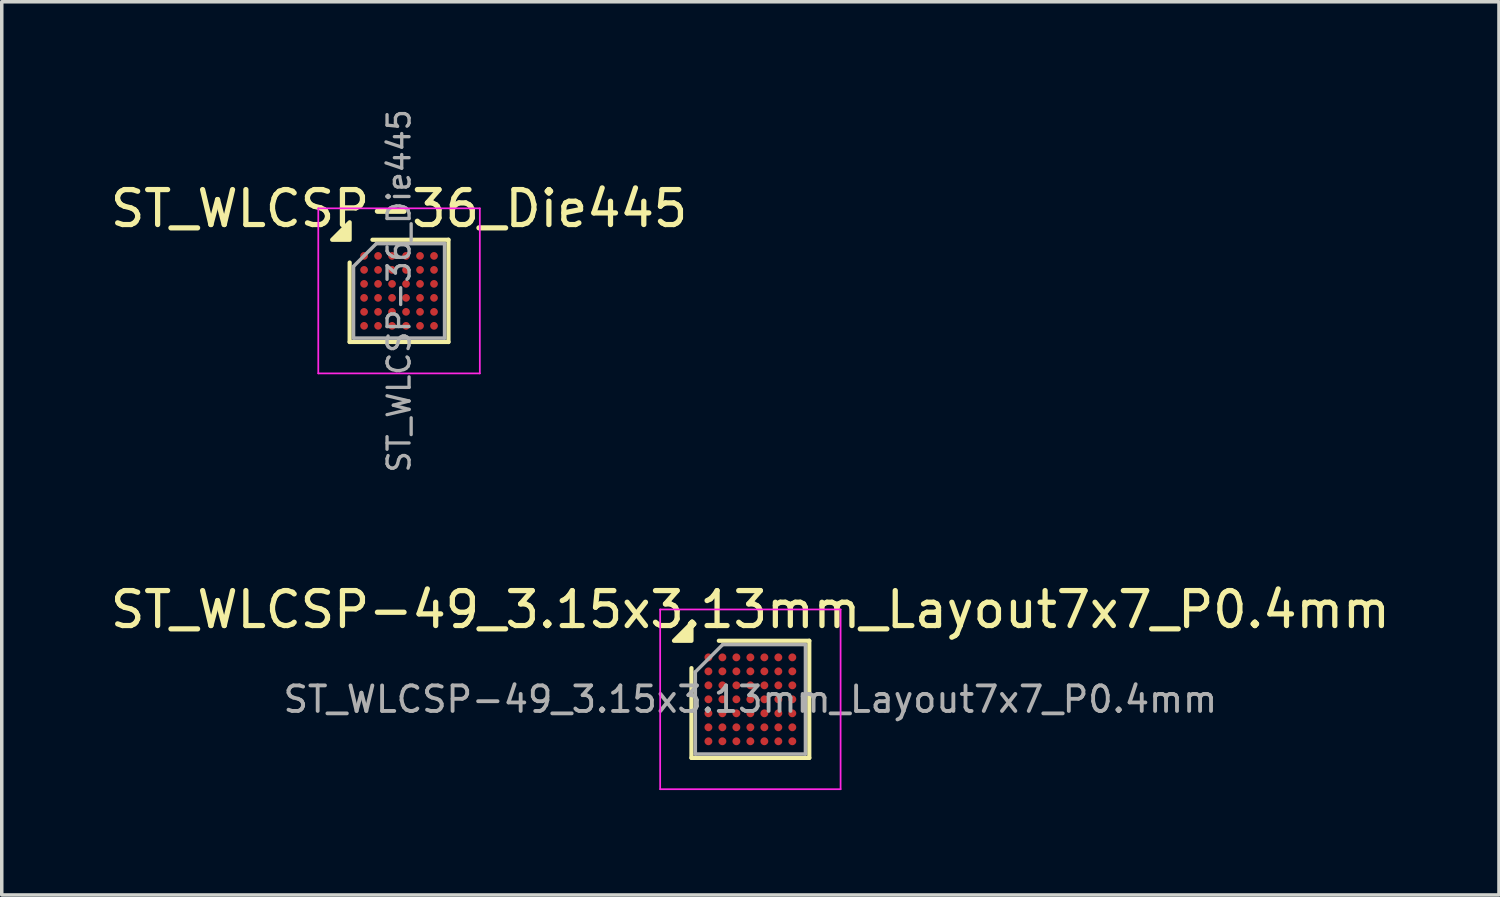
<source format=kicad_pcb>
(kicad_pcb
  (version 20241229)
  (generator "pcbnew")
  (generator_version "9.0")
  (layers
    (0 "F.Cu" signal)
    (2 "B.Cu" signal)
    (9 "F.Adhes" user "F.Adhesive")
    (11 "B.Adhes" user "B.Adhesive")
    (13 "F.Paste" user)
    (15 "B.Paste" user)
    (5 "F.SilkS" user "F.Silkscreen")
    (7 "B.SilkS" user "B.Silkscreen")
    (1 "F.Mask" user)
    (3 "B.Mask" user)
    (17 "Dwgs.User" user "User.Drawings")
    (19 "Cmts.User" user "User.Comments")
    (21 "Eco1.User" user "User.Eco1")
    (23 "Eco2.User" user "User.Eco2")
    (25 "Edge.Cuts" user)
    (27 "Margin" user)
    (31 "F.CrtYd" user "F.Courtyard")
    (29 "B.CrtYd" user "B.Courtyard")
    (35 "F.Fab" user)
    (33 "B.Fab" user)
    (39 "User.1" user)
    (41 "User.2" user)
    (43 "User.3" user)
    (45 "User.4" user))
  (footprint "ST_WLCSP-49_3.15x3.13mm_Layout7x7_P0.4mm"
    (layer "F.Cu")
    (at 18.411 16.951)
    (property "Reference" "ST_WLCSP-49_3.15x3.13mm_Layout7x7_P0.4mm" (at 0 -2.565 0) (layer "F.SilkS") (effects (font (size 1 1) (thickness 0.15))))
    (attr smd)
    (fp_line (start -1.685 1.675) (end -1.685 -0.892) (stroke (width 0.12) (type solid)) (layer "F.SilkS"))
    (fp_line (start -0.902 -1.675) (end 1.685 -1.675) (stroke (width 0.12) (type solid)) (layer "F.SilkS"))
    (fp_line (start 1.685 -1.675) (end 1.685 1.675) (stroke (width 0.12) (type solid)) (layer "F.SilkS"))
    (fp_line (start 1.685 1.675) (end -1.685 1.675) (stroke (width 0.12) (type solid)) (layer "F.SilkS"))
    (fp_poly (pts (xy -1.685 -1.675) (xy -2.185 -1.675) (xy -1.685 -2.175) (xy -1.685 -1.675)) (stroke (width 0.12) (type solid)) (fill yes) (layer "F.SilkS"))
    (fp_line (start -2.58 -2.57) (end -2.58 2.57) (stroke (width 0.05) (type solid)) (layer "F.CrtYd"))
    (fp_line (start -2.58 2.57) (end 2.58 2.57) (stroke (width 0.05) (type solid)) (layer "F.CrtYd"))
    (fp_line (start 2.58 -2.57) (end -2.58 -2.57) (stroke (width 0.05) (type solid)) (layer "F.CrtYd"))
    (fp_line (start 2.58 2.57) (end 2.58 -2.57) (stroke (width 0.05) (type solid)) (layer "F.CrtYd"))
    (fp_line (start -1.575 -0.782) (end -0.792 -1.565) (stroke (width 0.1) (type solid)) (layer "F.Fab"))
    (fp_line (start -1.575 1.565) (end -1.575 -0.782) (stroke (width 0.1) (type solid)) (layer "F.Fab"))
    (fp_line (start -0.792 -1.565) (end 1.575 -1.565) (stroke (width 0.1) (type solid)) (layer "F.Fab"))
    (fp_line (start 1.575 -1.565) (end 1.575 1.565) (stroke (width 0.1) (type solid)) (layer "F.Fab"))
    (fp_line (start 1.575 1.565) (end -1.575 1.565) (stroke (width 0.1) (type solid)) (layer "F.Fab"))
    (fp_text user "${REFERENCE}" (at 0 0 0) (layer "F.Fab") (effects (font (size 0.73 0.73) (thickness 0.11))))
    (pad "A1" smd circle (at -1.2 -1.2) (size 0.225 0.225) (property pad_prop_bga) (layers "F.Cu" "F.Mask" "F.Paste"))
    (pad "A2" smd circle (at -0.8 -1.2) (size 0.225 0.225) (property pad_prop_bga) (layers "F.Cu" "F.Mask" "F.Paste"))
    (pad "A3" smd circle (at -0.4 -1.2) (size 0.225 0.225) (property pad_prop_bga) (layers "F.Cu" "F.Mask" "F.Paste"))
    (pad "A4" smd circle (at 0 -1.2) (size 0.225 0.225) (property pad_prop_bga) (layers "F.Cu" "F.Mask" "F.Paste"))
    (pad "A5" smd circle (at 0.4 -1.2) (size 0.225 0.225) (property pad_prop_bga) (layers "F.Cu" "F.Mask" "F.Paste"))
    (pad "A6" smd circle (at 0.8 -1.2) (size 0.225 0.225) (property pad_prop_bga) (layers "F.Cu" "F.Mask" "F.Paste"))
    (pad "A7" smd circle (at 1.2 -1.2) (size 0.225 0.225) (property pad_prop_bga) (layers "F.Cu" "F.Mask" "F.Paste"))
    (pad "B1" smd circle (at -1.2 -0.8) (size 0.225 0.225) (property pad_prop_bga) (layers "F.Cu" "F.Mask" "F.Paste"))
    (pad "B2" smd circle (at -0.8 -0.8) (size 0.225 0.225) (property pad_prop_bga) (layers "F.Cu" "F.Mask" "F.Paste"))
    (pad "B3" smd circle (at -0.4 -0.8) (size 0.225 0.225) (property pad_prop_bga) (layers "F.Cu" "F.Mask" "F.Paste"))
    (pad "B4" smd circle (at 0 -0.8) (size 0.225 0.225) (property pad_prop_bga) (layers "F.Cu" "F.Mask" "F.Paste"))
    (pad "B5" smd circle (at 0.4 -0.8) (size 0.225 0.225) (property pad_prop_bga) (layers "F.Cu" "F.Mask" "F.Paste"))
    (pad "B6" smd circle (at 0.8 -0.8) (size 0.225 0.225) (property pad_prop_bga) (layers "F.Cu" "F.Mask" "F.Paste"))
    (pad "B7" smd circle (at 1.2 -0.8) (size 0.225 0.225) (property pad_prop_bga) (layers "F.Cu" "F.Mask" "F.Paste"))
    (pad "C1" smd circle (at -1.2 -0.4) (size 0.225 0.225) (property pad_prop_bga) (layers "F.Cu" "F.Mask" "F.Paste"))
    (pad "C2" smd circle (at -0.8 -0.4) (size 0.225 0.225) (property pad_prop_bga) (layers "F.Cu" "F.Mask" "F.Paste"))
    (pad "C3" smd circle (at -0.4 -0.4) (size 0.225 0.225) (property pad_prop_bga) (layers "F.Cu" "F.Mask" "F.Paste"))
    (pad "C4" smd circle (at 0 -0.4) (size 0.225 0.225) (property pad_prop_bga) (layers "F.Cu" "F.Mask" "F.Paste"))
    (pad "C5" smd circle (at 0.4 -0.4) (size 0.225 0.225) (property pad_prop_bga) (layers "F.Cu" "F.Mask" "F.Paste"))
    (pad "C6" smd circle (at 0.8 -0.4) (size 0.225 0.225) (property pad_prop_bga) (layers "F.Cu" "F.Mask" "F.Paste"))
    (pad "C7" smd circle (at 1.2 -0.4) (size 0.225 0.225) (property pad_prop_bga) (layers "F.Cu" "F.Mask" "F.Paste"))
    (pad "D1" smd circle (at -1.2 0) (size 0.225 0.225) (property pad_prop_bga) (layers "F.Cu" "F.Mask" "F.Paste"))
    (pad "D2" smd circle (at -0.8 0) (size 0.225 0.225) (property pad_prop_bga) (layers "F.Cu" "F.Mask" "F.Paste"))
    (pad "D3" smd circle (at -0.4 0) (size 0.225 0.225) (property pad_prop_bga) (layers "F.Cu" "F.Mask" "F.Paste"))
    (pad "D4" smd circle (at 0 0) (size 0.225 0.225) (property pad_prop_bga) (layers "F.Cu" "F.Mask" "F.Paste"))
    (pad "D5" smd circle (at 0.4 0) (size 0.225 0.225) (property pad_prop_bga) (layers "F.Cu" "F.Mask" "F.Paste"))
    (pad "D6" smd circle (at 0.8 0) (size 0.225 0.225) (property pad_prop_bga) (layers "F.Cu" "F.Mask" "F.Paste"))
    (pad "D7" smd circle (at 1.2 0) (size 0.225 0.225) (property pad_prop_bga) (layers "F.Cu" "F.Mask" "F.Paste"))
    (pad "E1" smd circle (at -1.2 0.4) (size 0.225 0.225) (property pad_prop_bga) (layers "F.Cu" "F.Mask" "F.Paste"))
    (pad "E2" smd circle (at -0.8 0.4) (size 0.225 0.225) (property pad_prop_bga) (layers "F.Cu" "F.Mask" "F.Paste"))
    (pad "E3" smd circle (at -0.4 0.4) (size 0.225 0.225) (property pad_prop_bga) (layers "F.Cu" "F.Mask" "F.Paste"))
    (pad "E4" smd circle (at 0 0.4) (size 0.225 0.225) (property pad_prop_bga) (layers "F.Cu" "F.Mask" "F.Paste"))
    (pad "E5" smd circle (at 0.4 0.4) (size 0.225 0.225) (property pad_prop_bga) (layers "F.Cu" "F.Mask" "F.Paste"))
    (pad "E6" smd circle (at 0.8 0.4) (size 0.225 0.225) (property pad_prop_bga) (layers "F.Cu" "F.Mask" "F.Paste"))
    (pad "E7" smd circle (at 1.2 0.4) (size 0.225 0.225) (property pad_prop_bga) (layers "F.Cu" "F.Mask" "F.Paste"))
    (pad "F1" smd circle (at -1.2 0.8) (size 0.225 0.225) (property pad_prop_bga) (layers "F.Cu" "F.Mask" "F.Paste"))
    (pad "F2" smd circle (at -0.8 0.8) (size 0.225 0.225) (property pad_prop_bga) (layers "F.Cu" "F.Mask" "F.Paste"))
    (pad "F3" smd circle (at -0.4 0.8) (size 0.225 0.225) (property pad_prop_bga) (layers "F.Cu" "F.Mask" "F.Paste"))
    (pad "F4" smd circle (at 0 0.8) (size 0.225 0.225) (property pad_prop_bga) (layers "F.Cu" "F.Mask" "F.Paste"))
    (pad "F5" smd circle (at 0.4 0.8) (size 0.225 0.225) (property pad_prop_bga) (layers "F.Cu" "F.Mask" "F.Paste"))
    (pad "F6" smd circle (at 0.8 0.8) (size 0.225 0.225) (property pad_prop_bga) (layers "F.Cu" "F.Mask" "F.Paste"))
    (pad "F7" smd circle (at 1.2 0.8) (size 0.225 0.225) (property pad_prop_bga) (layers "F.Cu" "F.Mask" "F.Paste"))
    (pad "G1" smd circle (at -1.2 1.2) (size 0.225 0.225) (property pad_prop_bga) (layers "F.Cu" "F.Mask" "F.Paste"))
    (pad "G2" smd circle (at -0.8 1.2) (size 0.225 0.225) (property pad_prop_bga) (layers "F.Cu" "F.Mask" "F.Paste"))
    (pad "G3" smd circle (at -0.4 1.2) (size 0.225 0.225) (property pad_prop_bga) (layers "F.Cu" "F.Mask" "F.Paste"))
    (pad "G4" smd circle (at 0 1.2) (size 0.225 0.225) (property pad_prop_bga) (layers "F.Cu" "F.Mask" "F.Paste"))
    (pad "G5" smd circle (at 0.4 1.2) (size 0.225 0.225) (property pad_prop_bga) (layers "F.Cu" "F.Mask" "F.Paste"))
    (pad "G6" smd circle (at 0.8 1.2) (size 0.225 0.225) (property pad_prop_bga) (layers "F.Cu" "F.Mask" "F.Paste"))
    (pad "G7" smd circle (at 1.2 1.2) (size 0.225 0.225) (property pad_prop_bga) (layers "F.Cu" "F.Mask" "F.Paste")))
  (footprint "ST_WLCSP-36_Die445"
    (layer "F.Cu")
    (at 8.363 5.269)
    (property "Reference" "ST_WLCSP-36_Die445" (at 0 -2.352 0) (layer "F.SilkS") (effects (font (size 1 1) (thickness 0.15))))
    (attr smd)
    (fp_line (start -1.413 1.462) (end -1.413 -0.81) (stroke (width 0.12) (type solid)) (layer "F.SilkS"))
    (fp_line (start -0.761 -1.462) (end 1.413 -1.462) (stroke (width 0.12) (type solid)) (layer "F.SilkS"))
    (fp_line (start 1.413 -1.462) (end 1.413 1.462) (stroke (width 0.12) (type solid)) (layer "F.SilkS"))
    (fp_line (start 1.413 1.462) (end -1.413 1.462) (stroke (width 0.12) (type solid)) (layer "F.SilkS"))
    (fp_poly (pts (xy -1.413 -1.462) (xy -1.913 -1.462) (xy -1.413 -1.962) (xy -1.413 -1.462)) (stroke (width 0.12) (type solid)) (fill yes) (layer "F.SilkS"))
    (fp_line (start -2.31 -2.36) (end -2.31 2.36) (stroke (width 0.05) (type solid)) (layer "F.CrtYd"))
    (fp_line (start -2.31 2.36) (end 2.31 2.36) (stroke (width 0.05) (type solid)) (layer "F.CrtYd"))
    (fp_line (start 2.31 -2.36) (end -2.31 -2.36) (stroke (width 0.05) (type solid)) (layer "F.CrtYd"))
    (fp_line (start 2.31 2.36) (end 2.31 -2.36) (stroke (width 0.05) (type solid)) (layer "F.CrtYd"))
    (fp_line (start -1.302 -0.7) (end -0.651 -1.351) (stroke (width 0.1) (type solid)) (layer "F.Fab"))
    (fp_line (start -1.302 1.351) (end -1.302 -0.7) (stroke (width 0.1) (type solid)) (layer "F.Fab"))
    (fp_line (start -0.651 -1.351) (end 1.302 -1.351) (stroke (width 0.1) (type solid)) (layer "F.Fab"))
    (fp_line (start 1.302 -1.351) (end 1.302 1.351) (stroke (width 0.1) (type solid)) (layer "F.Fab"))
    (fp_line (start 1.302 1.351) (end -1.302 1.351) (stroke (width 0.1) (type solid)) (layer "F.Fab"))
    (fp_text user "${REFERENCE}" (at 0 0 270) (layer "F.Fab") (effects (font (size 0.63 0.63) (thickness 0.095))))
    (pad "A1" smd circle (at -1 -1) (size 0.22 0.22) (property pad_prop_bga) (layers "F.Cu" "F.Mask" "F.Paste"))
    (pad "A2" smd circle (at -0.6 -1) (size 0.22 0.22) (property pad_prop_bga) (layers "F.Cu" "F.Mask" "F.Paste"))
    (pad "A3" smd circle (at -0.2 -1) (size 0.22 0.22) (property pad_prop_bga) (layers "F.Cu" "F.Mask" "F.Paste"))
    (pad "A4" smd circle (at 0.2 -1) (size 0.22 0.22) (property pad_prop_bga) (layers "F.Cu" "F.Mask" "F.Paste"))
    (pad "A5" smd circle (at 0.6 -1) (size 0.22 0.22) (property pad_prop_bga) (layers "F.Cu" "F.Mask" "F.Paste"))
    (pad "A6" smd circle (at 1 -1) (size 0.22 0.22) (property pad_prop_bga) (layers "F.Cu" "F.Mask" "F.Paste"))
    (pad "B1" smd circle (at -1 -0.6) (size 0.22 0.22) (property pad_prop_bga) (layers "F.Cu" "F.Mask" "F.Paste"))
    (pad "B2" smd circle (at -0.6 -0.6) (size 0.22 0.22) (property pad_prop_bga) (layers "F.Cu" "F.Mask" "F.Paste"))
    (pad "B3" smd circle (at -0.2 -0.6) (size 0.22 0.22) (property pad_prop_bga) (layers "F.Cu" "F.Mask" "F.Paste"))
    (pad "B4" smd circle (at 0.2 -0.6) (size 0.22 0.22) (property pad_prop_bga) (layers "F.Cu" "F.Mask" "F.Paste"))
    (pad "B5" smd circle (at 0.6 -0.6) (size 0.22 0.22) (property pad_prop_bga) (layers "F.Cu" "F.Mask" "F.Paste"))
    (pad "B6" smd circle (at 1 -0.6) (size 0.22 0.22) (property pad_prop_bga) (layers "F.Cu" "F.Mask" "F.Paste"))
    (pad "C1" smd circle (at -1 -0.2) (size 0.22 0.22) (property pad_prop_bga) (layers "F.Cu" "F.Mask" "F.Paste"))
    (pad "C2" smd circle (at -0.6 -0.2) (size 0.22 0.22) (property pad_prop_bga) (layers "F.Cu" "F.Mask" "F.Paste"))
    (pad "C3" smd circle (at -0.2 -0.2) (size 0.22 0.22) (property pad_prop_bga) (layers "F.Cu" "F.Mask" "F.Paste"))
    (pad "C4" smd circle (at 0.2 -0.2) (size 0.22 0.22) (property pad_prop_bga) (layers "F.Cu" "F.Mask" "F.Paste"))
    (pad "C5" smd circle (at 0.6 -0.2) (size 0.22 0.22) (property pad_prop_bga) (layers "F.Cu" "F.Mask" "F.Paste"))
    (pad "C6" smd circle (at 1 -0.2) (size 0.22 0.22) (property pad_prop_bga) (layers "F.Cu" "F.Mask" "F.Paste"))
    (pad "D1" smd circle (at -1 0.2) (size 0.22 0.22) (property pad_prop_bga) (layers "F.Cu" "F.Mask" "F.Paste"))
    (pad "D2" smd circle (at -0.6 0.2) (size 0.22 0.22) (property pad_prop_bga) (layers "F.Cu" "F.Mask" "F.Paste"))
    (pad "D3" smd circle (at -0.2 0.2) (size 0.22 0.22) (property pad_prop_bga) (layers "F.Cu" "F.Mask" "F.Paste"))
    (pad "D4" smd circle (at 0.2 0.2) (size 0.22 0.22) (property pad_prop_bga) (layers "F.Cu" "F.Mask" "F.Paste"))
    (pad "D5" smd circle (at 0.6 0.2) (size 0.22 0.22) (property pad_prop_bga) (layers "F.Cu" "F.Mask" "F.Paste"))
    (pad "D6" smd circle (at 1 0.2) (size 0.22 0.22) (property pad_prop_bga) (layers "F.Cu" "F.Mask" "F.Paste"))
    (pad "E1" smd circle (at -1 0.6) (size 0.22 0.22) (property pad_prop_bga) (layers "F.Cu" "F.Mask" "F.Paste"))
    (pad "E2" smd circle (at -0.6 0.6) (size 0.22 0.22) (property pad_prop_bga) (layers "F.Cu" "F.Mask" "F.Paste"))
    (pad "E3" smd circle (at -0.2 0.6) (size 0.22 0.22) (property pad_prop_bga) (layers "F.Cu" "F.Mask" "F.Paste"))
    (pad "E4" smd circle (at 0.2 0.6) (size 0.22 0.22) (property pad_prop_bga) (layers "F.Cu" "F.Mask" "F.Paste"))
    (pad "E5" smd circle (at 0.6 0.6) (size 0.22 0.22) (property pad_prop_bga) (layers "F.Cu" "F.Mask" "F.Paste"))
    (pad "E6" smd circle (at 1 0.6) (size 0.22 0.22) (property pad_prop_bga) (layers "F.Cu" "F.Mask" "F.Paste"))
    (pad "F1" smd circle (at -1 1) (size 0.22 0.22) (property pad_prop_bga) (layers "F.Cu" "F.Mask" "F.Paste"))
    (pad "F2" smd circle (at -0.6 1) (size 0.22 0.22) (property pad_prop_bga) (layers "F.Cu" "F.Mask" "F.Paste"))
    (pad "F3" smd circle (at -0.2 1) (size 0.22 0.22) (property pad_prop_bga) (layers "F.Cu" "F.Mask" "F.Paste"))
    (pad "F4" smd circle (at 0.2 1) (size 0.22 0.22) (property pad_prop_bga) (layers "F.Cu" "F.Mask" "F.Paste"))
    (pad "F5" smd circle (at 0.6 1) (size 0.22 0.22) (property pad_prop_bga) (layers "F.Cu" "F.Mask" "F.Paste"))
    (pad "F6" smd circle (at 1 1) (size 0.22 0.22) (property pad_prop_bga) (layers "F.Cu" "F.Mask" "F.Paste")))
  (gr_rect
    (start -3 -3)
    (end 39.821 22.546)
    (stroke (width 0.1) (type default))
    (fill no)
    (layer "Edge.Cuts")))
</source>
